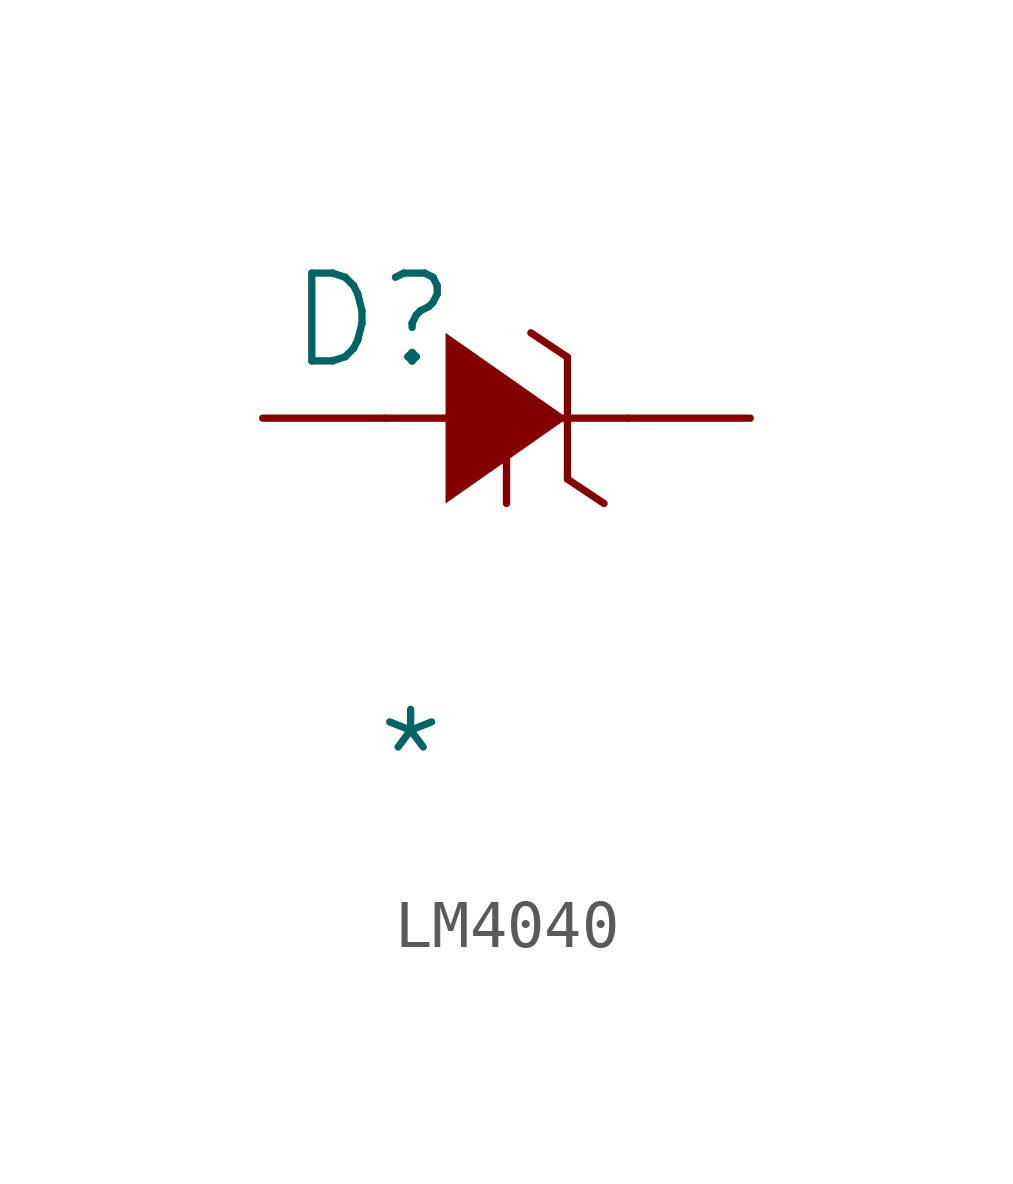
<source format=kicad_sym>
(kicad_symbol_lib
  (version 20241209)
  (generator "kicad_symbol_editor")
  (generator_version "9.0")
  (symbol "LM4040"
    (pin_numbers
      (hide yes))
    (pin_names
      (hide yes))
    (property "Reference" "D"
      (at -0.254 -0.508 0)
      (effects (font (size 1.829 1.829))))
    (property "Value" "*"
      (at -0.254 -10.668 0)
      (effects (font (size 1.829 1.829)) (justify left bottom)))
    (symbol "LM4040_1_0"
      (polyline (pts (xy 0 -2.54) (xy 2.54 -2.54)) (stroke (width 0) (type solid)) (fill (type none)))
      (polyline (pts (xy 1.27 -2.54) (xy 5.08 -2.54)) (stroke (width 0) (type solid)) (fill (type none)))
      (polyline (pts (xy 2.54 -2.54) (xy 2.54 -3.81)) (stroke (width 0) (type solid)) (fill (type none)))
      (polyline (pts (xy 3.048 -0.762) (xy 3.81 -1.27)) (stroke (width 0) (type solid)) (fill (type none)))
      (polyline (pts (xy 3.81 -1.27) (xy 3.81 -3.81)) (stroke (width 0) (type solid)) (fill (type none)))
      (polyline (pts (xy 3.81 -2.54) (xy 3.81 -2.54) (xy 1.27 -4.318) (xy 1.27 -0.762) (xy 3.81 -2.54) (xy 3.81 -2.54)) (stroke (width -0.0001) (type solid)) (fill (type outline)))
      (polyline (pts (xy 3.81 -3.81) (xy 4.572 -4.318)) (stroke (width 0) (type solid)) (fill (type none)))
      (pin passive line (at -2.54 -2.54 0) (length 2.54) (name "-" (effects (font (size 1.27 1.27)))) (number "2" (effects (font (size 1.27 1.27)))))
      (pin passive line (at 2.54 -4.318 90) (length 0.508) (name "NC" (effects (font (size 1.27 1.27)))) (number "3" (effects (font (size 1.27 1.27)))))
      (pin passive line (at 7.62 -2.54 180) (length 2.54) (name "+" (effects (font (size 1.27 1.27)))) (number "1" (effects (font (size 1.27 1.27))))))))
</source>
